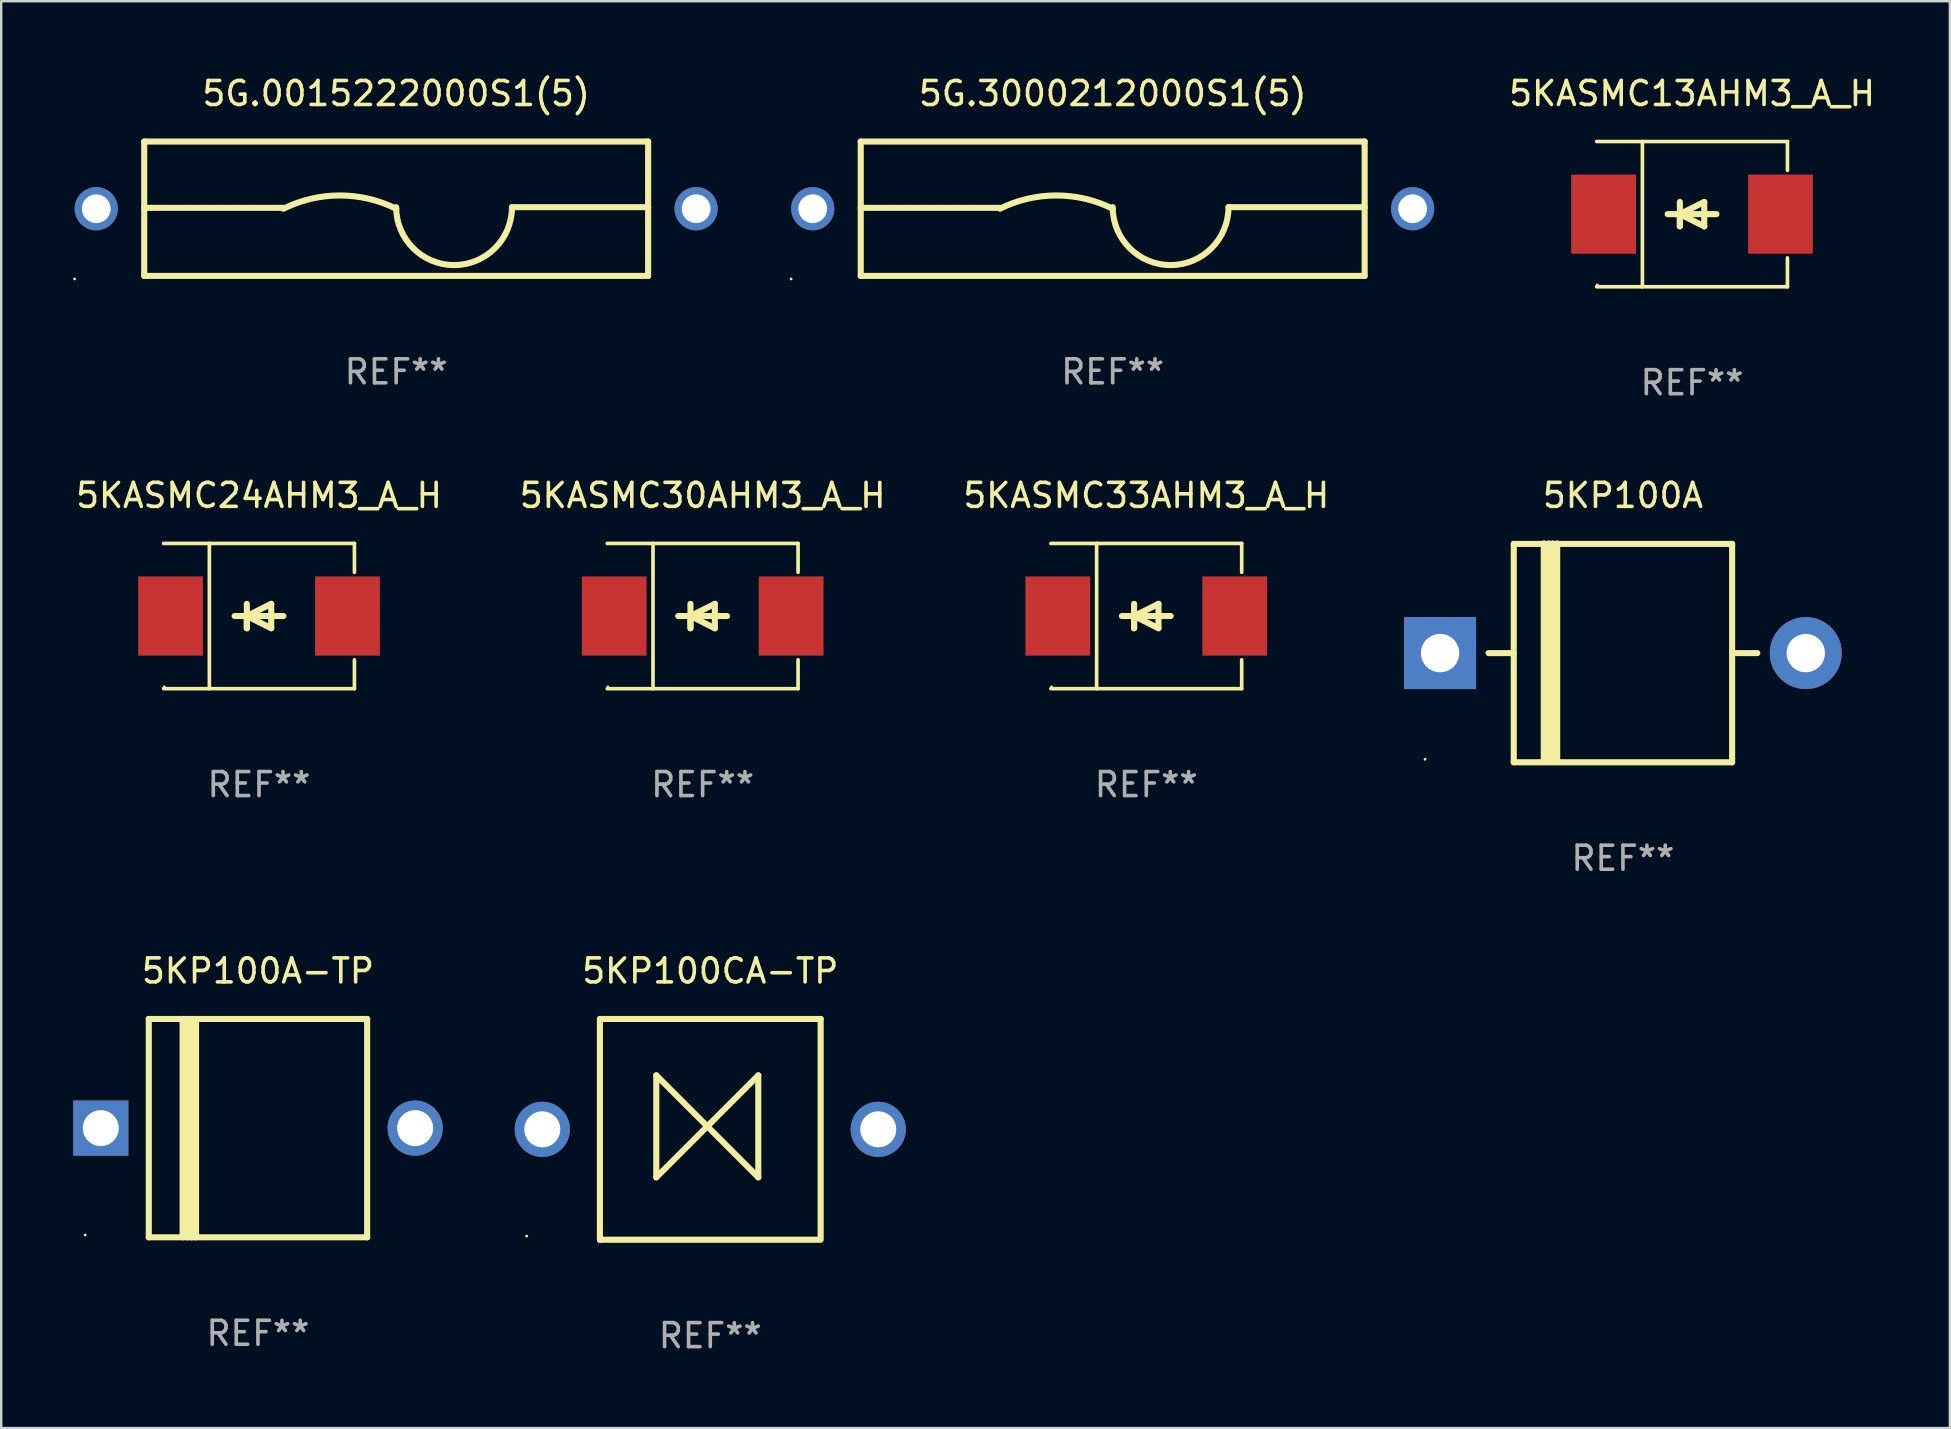
<source format=kicad_pcb>
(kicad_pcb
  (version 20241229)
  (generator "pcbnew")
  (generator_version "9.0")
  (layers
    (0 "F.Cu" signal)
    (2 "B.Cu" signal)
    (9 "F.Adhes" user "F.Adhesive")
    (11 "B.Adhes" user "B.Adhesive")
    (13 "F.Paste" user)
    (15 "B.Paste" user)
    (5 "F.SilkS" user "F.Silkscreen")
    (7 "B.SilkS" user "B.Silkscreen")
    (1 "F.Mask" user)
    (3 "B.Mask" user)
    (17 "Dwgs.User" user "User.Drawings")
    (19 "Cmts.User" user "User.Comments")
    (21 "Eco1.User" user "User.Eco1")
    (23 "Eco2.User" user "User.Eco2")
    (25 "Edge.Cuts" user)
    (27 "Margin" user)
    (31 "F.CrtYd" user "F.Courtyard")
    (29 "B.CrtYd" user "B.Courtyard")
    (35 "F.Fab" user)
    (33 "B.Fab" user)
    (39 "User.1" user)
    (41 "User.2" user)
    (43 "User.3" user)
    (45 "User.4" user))
  (footprint "5G.0015222000S1(5)"
    (layer "F.Cu")
    (at 13.46 5.648)
    (property "Reference" "5G.0015222000S1(5)" (at 0 -4.8 0) (layer "F.SilkS") (effects (font (size 1 1) (thickness 0.15))))
    (attr through_hole)
    (fp_line (start -10.5 -2.8) (end 10.5 -2.8) (stroke (width 0.254) (type solid)) (layer "F.SilkS"))
    (fp_line (start -10.5 -0.037) (end -4.699 -0.037) (stroke (width 0.254) (type solid)) (layer "F.SilkS"))
    (fp_line (start -10.5 2.8) (end -10.5 -2.8) (stroke (width 0.254) (type solid)) (layer "F.SilkS"))
    (fp_line (start -10.5 2.8) (end 10.5 2.8) (stroke (width 0.254) (type solid)) (layer "F.SilkS"))
    (fp_line (start 4.826 -0.064) (end 10.5 -0.064) (stroke (width 0.254) (type solid)) (layer "F.SilkS"))
    (fp_line (start 10.5 2.8) (end 10.5 -2.8) (stroke (width 0.254) (type solid)) (layer "F.SilkS"))
    (fp_arc (start -4.699009 0) (mid -2.349505 -0.552287) (end 0 0) (stroke (width 0.254001) (type solid)) (layer "F.SilkS"))
    (fp_arc (start 4.82601 -0.063551) (mid 2.413005 2.349454) (end 0 -0.063551) (stroke (width 0.254001) (type solid)) (layer "F.SilkS"))
    (fp_circle (center -13.4 2.927) (end -13.37 2.927) (stroke (width 0.06) (type solid)) (fill no) (layer "F.SilkS"))
    (fp_text user "REF**" (at 0 6.8 0) (layer "F.Fab") (effects (font (size 1 1) (thickness 0.15))))
    (pad "1" thru_hole circle (at -12.5 0) (size 1.8 1.8) (drill 1.2) (layers "*.Cu" "*.Mask"))
    (pad "2" thru_hole circle (at 12.5 0) (size 1.8 1.8) (drill 1.2) (layers "*.Cu" "*.Mask")))
  (footprint "5G.3000212000S1(5)"
    (layer "F.Cu")
    (at 43.32 5.648)
    (property "Reference" "5G.3000212000S1(5)" (at 0 -4.8 0) (layer "F.SilkS") (effects (font (size 1 1) (thickness 0.15))))
    (attr through_hole)
    (fp_line (start -10.5 -2.8) (end 10.5 -2.8) (stroke (width 0.254) (type solid)) (layer "F.SilkS"))
    (fp_line (start -10.5 -0.037) (end -4.699 -0.037) (stroke (width 0.254) (type solid)) (layer "F.SilkS"))
    (fp_line (start -10.5 2.8) (end -10.5 -2.8) (stroke (width 0.254) (type solid)) (layer "F.SilkS"))
    (fp_line (start -10.5 2.8) (end 10.5 2.8) (stroke (width 0.254) (type solid)) (layer "F.SilkS"))
    (fp_line (start 4.826 -0.064) (end 10.5 -0.064) (stroke (width 0.254) (type solid)) (layer "F.SilkS"))
    (fp_line (start 10.5 2.8) (end 10.5 -2.8) (stroke (width 0.254) (type solid)) (layer "F.SilkS"))
    (fp_arc (start -4.699009 0) (mid -2.349505 -0.552287) (end 0 0) (stroke (width 0.254001) (type solid)) (layer "F.SilkS"))
    (fp_arc (start 4.82601 -0.063551) (mid 2.413005 2.349454) (end 0 -0.063551) (stroke (width 0.254001) (type solid)) (layer "F.SilkS"))
    (fp_circle (center -13.4 2.927) (end -13.37 2.927) (stroke (width 0.06) (type solid)) (fill no) (layer "F.SilkS"))
    (fp_text user "REF**" (at 0 6.8 0) (layer "F.Fab") (effects (font (size 1 1) (thickness 0.15))))
    (pad "1" thru_hole circle (at -12.5 0) (size 1.8 1.8) (drill 1.2) (layers "*.Cu" "*.Mask"))
    (pad "2" thru_hole circle (at 12.5 0) (size 1.8 1.8) (drill 1.2) (layers "*.Cu" "*.Mask")))
  (footprint "5KASMC13AHM3_A_H"
    (layer "F.Cu")
    (at 67.464 5.874)
    (property "Reference" "5KASMC13AHM3_A_H" (at 0 -5.026 0) (layer "F.SilkS") (effects (font (size 1 1) (thickness 0.15))))
    (attr through_hole)
    (fp_line (start -3.976 -3.026) (end 3.976 -3.026) (stroke (width 0.152) (type solid)) (layer "F.SilkS"))
    (fp_line (start -3.976 3.026) (end 3.976 3.026) (stroke (width 0.152) (type solid)) (layer "F.SilkS"))
    (fp_line (start -2.069 -3.026) (end -2.069 3.026) (stroke (width 0.152) (type solid)) (layer "F.SilkS"))
    (fp_line (start -0.508 0) (end -0.508 0.508) (stroke (width 0.254) (type solid)) (layer "F.SilkS"))
    (fp_line (start -0.508 0) (end 0.508 0.508) (stroke (width 0.254) (type solid)) (layer "F.SilkS"))
    (fp_line (start -0.508 0.508) (end -0.508 -0.508) (stroke (width 0.254) (type solid)) (layer "F.SilkS"))
    (fp_line (start 0.508 -0.508) (end -0.508 0) (stroke (width 0.254) (type solid)) (layer "F.SilkS"))
    (fp_line (start 0.508 0.508) (end 0.508 -0.508) (stroke (width 0.254) (type solid)) (layer "F.SilkS"))
    (fp_line (start 1.016 0) (end -1.016 0) (stroke (width 0.254) (type solid)) (layer "F.SilkS"))
    (fp_line (start 3.976 -3.026) (end 3.976 -1.823) (stroke (width 0.152) (type solid)) (layer "F.SilkS"))
    (fp_line (start 3.976 3.026) (end 3.976 1.823) (stroke (width 0.152) (type solid)) (layer "F.SilkS"))
    (fp_circle (center -3.95 2.95) (end -3.92 2.95) (stroke (width 0.06) (type solid)) (fill no) (layer "F.SilkS"))
    (fp_text user "REF**" (at 0 7.026 0) (layer "F.Fab") (effects (font (size 1 1) (thickness 0.15))))
    (pad "1" smd rect (at -3.686 0) (size 2.7 3.3) (layers "F.Cu" "F.Mask" "F.Paste"))
    (pad "2" smd rect (at 3.686 0) (size 2.7 3.3) (layers "F.Cu" "F.Mask" "F.Paste")))
  (footprint "5KASMC33AHM3_A_H"
    (layer "F.Cu")
    (at 44.72 22.623)
    (property "Reference" "5KASMC33AHM3_A_H" (at 0 -5.026 0) (layer "F.SilkS") (effects (font (size 1 1) (thickness 0.15))))
    (attr through_hole)
    (fp_line (start -3.976 -3.026) (end 3.976 -3.026) (stroke (width 0.152) (type solid)) (layer "F.SilkS"))
    (fp_line (start -3.976 3.026) (end 3.976 3.026) (stroke (width 0.152) (type solid)) (layer "F.SilkS"))
    (fp_line (start -2.069 -3.026) (end -2.069 3.026) (stroke (width 0.152) (type solid)) (layer "F.SilkS"))
    (fp_line (start -0.508 0) (end -0.508 0.508) (stroke (width 0.254) (type solid)) (layer "F.SilkS"))
    (fp_line (start -0.508 0) (end 0.508 0.508) (stroke (width 0.254) (type solid)) (layer "F.SilkS"))
    (fp_line (start -0.508 0.508) (end -0.508 -0.508) (stroke (width 0.254) (type solid)) (layer "F.SilkS"))
    (fp_line (start 0.508 -0.508) (end -0.508 0) (stroke (width 0.254) (type solid)) (layer "F.SilkS"))
    (fp_line (start 0.508 0.508) (end 0.508 -0.508) (stroke (width 0.254) (type solid)) (layer "F.SilkS"))
    (fp_line (start 1.016 0) (end -1.016 0) (stroke (width 0.254) (type solid)) (layer "F.SilkS"))
    (fp_line (start 3.976 -3.026) (end 3.976 -1.823) (stroke (width 0.152) (type solid)) (layer "F.SilkS"))
    (fp_line (start 3.976 3.026) (end 3.976 1.823) (stroke (width 0.152) (type solid)) (layer "F.SilkS"))
    (fp_circle (center -3.95 2.95) (end -3.92 2.95) (stroke (width 0.06) (type solid)) (fill no) (layer "F.SilkS"))
    (fp_text user "REF**" (at 0 7.026 0) (layer "F.Fab") (effects (font (size 1 1) (thickness 0.15))))
    (pad "1" smd rect (at -3.686 0) (size 2.7 3.3) (layers "F.Cu" "F.Mask" "F.Paste"))
    (pad "2" smd rect (at 3.686 0) (size 2.7 3.3) (layers "F.Cu" "F.Mask" "F.Paste")))
  (footprint "5KASMC24AHM3_A_H"
    (layer "F.Cu")
    (at 7.744 22.623)
    (property "Reference" "5KASMC24AHM3_A_H" (at 0 -5.026 0) (layer "F.SilkS") (effects (font (size 1 1) (thickness 0.15))))
    (attr through_hole)
    (fp_line (start -3.976 -3.026) (end 3.976 -3.026) (stroke (width 0.152) (type solid)) (layer "F.SilkS"))
    (fp_line (start -3.976 3.026) (end 3.976 3.026) (stroke (width 0.152) (type solid)) (layer "F.SilkS"))
    (fp_line (start -2.069 -3.026) (end -2.069 3.026) (stroke (width 0.152) (type solid)) (layer "F.SilkS"))
    (fp_line (start -0.508 0) (end -0.508 0.508) (stroke (width 0.254) (type solid)) (layer "F.SilkS"))
    (fp_line (start -0.508 0) (end 0.508 0.508) (stroke (width 0.254) (type solid)) (layer "F.SilkS"))
    (fp_line (start -0.508 0.508) (end -0.508 -0.508) (stroke (width 0.254) (type solid)) (layer "F.SilkS"))
    (fp_line (start 0.508 -0.508) (end -0.508 0) (stroke (width 0.254) (type solid)) (layer "F.SilkS"))
    (fp_line (start 0.508 0.508) (end 0.508 -0.508) (stroke (width 0.254) (type solid)) (layer "F.SilkS"))
    (fp_line (start 1.016 0) (end -1.016 0) (stroke (width 0.254) (type solid)) (layer "F.SilkS"))
    (fp_line (start 3.976 -3.026) (end 3.976 -1.823) (stroke (width 0.152) (type solid)) (layer "F.SilkS"))
    (fp_line (start 3.976 3.026) (end 3.976 1.823) (stroke (width 0.152) (type solid)) (layer "F.SilkS"))
    (fp_circle (center -3.95 2.95) (end -3.92 2.95) (stroke (width 0.06) (type solid)) (fill no) (layer "F.SilkS"))
    (fp_text user "REF**" (at 0 7.026 0) (layer "F.Fab") (effects (font (size 1 1) (thickness 0.15))))
    (pad "1" smd rect (at -3.686 0) (size 2.7 3.3) (layers "F.Cu" "F.Mask" "F.Paste"))
    (pad "2" smd rect (at 3.686 0) (size 2.7 3.3) (layers "F.Cu" "F.Mask" "F.Paste")))
  (footprint "5KP100A"
    (layer "F.Cu")
    (at 64.584 24.157)
    (property "Reference" "5KP100A" (at 0 -6.56 0) (layer "F.SilkS") (effects (font (size 1 1) (thickness 0.15))))
    (attr through_hole)
    (fp_line (start -5.6 0.01) (end -4.55 0.01) (stroke (width 0.254) (type solid)) (layer "F.SilkS"))
    (fp_line (start -4.55 -4.54) (end -4.55 4.56) (stroke (width 0.254) (type solid)) (layer "F.SilkS"))
    (fp_line (start -4.55 -4.54) (end 4.55 -4.54) (stroke (width 0.254) (type solid)) (layer "F.SilkS"))
    (fp_line (start -3.3 4.54) (end -3.3 -4.56) (stroke (width 0.254) (type solid)) (layer "F.SilkS"))
    (fp_line (start -3.09 4.54) (end -3.09 -4.56) (stroke (width 0.254) (type solid)) (layer "F.SilkS"))
    (fp_line (start -2.919 4.541) (end -2.919 -4.559) (stroke (width 0.254) (type solid)) (layer "F.SilkS"))
    (fp_line (start -2.74 4.54) (end -2.74 -4.56) (stroke (width 0.254) (type solid)) (layer "F.SilkS"))
    (fp_line (start 4.55 4.56) (end 4.55 -4.54) (stroke (width 0.254) (type solid)) (layer "F.SilkS"))
    (fp_line (start 4.55 4.56) (end -4.55 4.56) (stroke (width 0.254) (type solid)) (layer "F.SilkS"))
    (fp_line (start 4.58 0.01) (end 5.6 0.01) (stroke (width 0.254) (type solid)) (layer "F.SilkS"))
    (fp_circle (center -8.248 4.435) (end -8.218 4.435) (stroke (width 0.06) (type solid)) (fill no) (layer "F.SilkS"))
    (fp_text user "REF**" (at 0 8.56 0) (layer "F.Fab") (effects (font (size 1 1) (thickness 0.15))))
    (pad "1" thru_hole rect (at -7.62 0.01 180) (size 3 3) (drill 1.6) (layers "*.Cu" "*.Mask"))
    (pad "2" thru_hole circle (at 7.62 0.01) (size 3 3) (drill 1.6) (layers "*.Cu" "*.Mask")))
  (footprint "5KP100CA-TP"
    (layer "F.Cu")
    (at 26.55 44.014)
    (property "Reference" "5KP100CA-TP" (at 0 -6.6 0) (layer "F.SilkS") (effects (font (size 1 1) (thickness 0.15))))
    (attr through_hole)
    (fp_line (start -4.6 -4.6) (end -4.6 4.6) (stroke (width 0.254) (type solid)) (layer "F.SilkS"))
    (fp_line (start -4.6 -4.6) (end 4.6 -4.6) (stroke (width 0.254) (type solid)) (layer "F.SilkS"))
    (fp_line (start -4.6 4.6) (end 4.6 4.6) (stroke (width 0.254) (type solid)) (layer "F.SilkS"))
    (fp_line (start -2.25 -2.25) (end -2.25 2) (stroke (width 0.254) (type solid)) (layer "F.SilkS"))
    (fp_line (start -2.25 2) (end 2 -2.25) (stroke (width 0.254) (type solid)) (layer "F.SilkS"))
    (fp_line (start 2 -2.25) (end 2 2) (stroke (width 0.254) (type solid)) (layer "F.SilkS"))
    (fp_line (start 2 2) (end -2.25 -2.25) (stroke (width 0.254) (type solid)) (layer "F.SilkS"))
    (fp_line (start 4.6 -4.6) (end 4.6 4.5) (stroke (width 0.254) (type solid)) (layer "F.SilkS"))
    (fp_circle (center -7.65 4.45) (end -7.62 4.45) (stroke (width 0.06) (type solid)) (fill no) (layer "F.SilkS"))
    (fp_text user "REF**" (at 0 8.6 0) (layer "F.Fab") (effects (font (size 1 1) (thickness 0.15))))
    (pad "1" thru_hole circle (at -7 0) (size 2.3 2.3) (drill 1.5) (layers "*.Cu" "*.Mask"))
    (pad "2" thru_hole circle (at 7 0) (size 2.3 2.3) (drill 1.5) (layers "*.Cu" "*.Mask")))
  (footprint "5KASMC30AHM3_A_H"
    (layer "F.Cu")
    (at 26.232 22.623)
    (property "Reference" "5KASMC30AHM3_A_H" (at 0 -5.026 0) (layer "F.SilkS") (effects (font (size 1 1) (thickness 0.15))))
    (attr through_hole)
    (fp_line (start -3.976 -3.026) (end 3.976 -3.026) (stroke (width 0.152) (type solid)) (layer "F.SilkS"))
    (fp_line (start -3.976 3.026) (end 3.976 3.026) (stroke (width 0.152) (type solid)) (layer "F.SilkS"))
    (fp_line (start -2.069 -3.026) (end -2.069 3.026) (stroke (width 0.152) (type solid)) (layer "F.SilkS"))
    (fp_line (start -0.508 0) (end -0.508 0.508) (stroke (width 0.254) (type solid)) (layer "F.SilkS"))
    (fp_line (start -0.508 0) (end 0.508 0.508) (stroke (width 0.254) (type solid)) (layer "F.SilkS"))
    (fp_line (start -0.508 0.508) (end -0.508 -0.508) (stroke (width 0.254) (type solid)) (layer "F.SilkS"))
    (fp_line (start 0.508 -0.508) (end -0.508 0) (stroke (width 0.254) (type solid)) (layer "F.SilkS"))
    (fp_line (start 0.508 0.508) (end 0.508 -0.508) (stroke (width 0.254) (type solid)) (layer "F.SilkS"))
    (fp_line (start 1.016 0) (end -1.016 0) (stroke (width 0.254) (type solid)) (layer "F.SilkS"))
    (fp_line (start 3.976 -3.026) (end 3.976 -1.823) (stroke (width 0.152) (type solid)) (layer "F.SilkS"))
    (fp_line (start 3.976 3.026) (end 3.976 1.823) (stroke (width 0.152) (type solid)) (layer "F.SilkS"))
    (fp_circle (center -3.95 2.95) (end -3.92 2.95) (stroke (width 0.06) (type solid)) (fill no) (layer "F.SilkS"))
    (fp_text user "REF**" (at 0 7.026 0) (layer "F.Fab") (effects (font (size 1 1) (thickness 0.15))))
    (pad "1" smd rect (at -3.686 0) (size 2.7 3.3) (layers "F.Cu" "F.Mask" "F.Paste"))
    (pad "2" smd rect (at 3.686 0) (size 2.7 3.3) (layers "F.Cu" "F.Mask" "F.Paste")))
  (footprint "5KP100A-TP"
    (layer "F.Cu")
    (at 7.7 43.964)
    (property "Reference" "5KP100A-TP" (at 0 -6.551 0) (layer "F.SilkS") (effects (font (size 1 1) (thickness 0.15))))
    (attr through_hole)
    (fp_line (start -4.55 -4.55) (end -4.55 4.55) (stroke (width 0.254) (type solid)) (layer "F.SilkS"))
    (fp_line (start -4.55 -4.55) (end 4.55 -4.55) (stroke (width 0.254) (type solid)) (layer "F.SilkS"))
    (fp_line (start -3.14 4.55) (end -3.14 -4.551) (stroke (width 0.254) (type solid)) (layer "F.SilkS"))
    (fp_line (start -2.93 4.55) (end -2.93 -4.551) (stroke (width 0.254) (type solid)) (layer "F.SilkS"))
    (fp_line (start -2.759 4.551) (end -2.759 -4.55) (stroke (width 0.254) (type solid)) (layer "F.SilkS"))
    (fp_line (start -2.58 4.55) (end -2.58 -4.551) (stroke (width 0.254) (type solid)) (layer "F.SilkS"))
    (fp_line (start 4.55 4.55) (end 4.55 -4.55) (stroke (width 0.254) (type solid)) (layer "F.SilkS"))
    (fp_line (start 4.55 4.549) (end -4.55 4.549) (stroke (width 0.254) (type solid)) (layer "F.SilkS"))
    (fp_circle (center -7.2 4.45) (end -7.17 4.45) (stroke (width 0.06) (type solid)) (fill no) (layer "F.SilkS"))
    (fp_text user "REF**" (at 0 8.551 0) (layer "F.Fab") (effects (font (size 1 1) (thickness 0.15))))
    (pad "1" thru_hole rect (at -6.55 -0.000483 180) (size 2.3 2.3) (drill 1.5) (layers "*.Cu" "*.Mask"))
    (pad "2" thru_hole circle (at 6.55 -0.000483) (size 2.3 2.3) (drill 1.5) (layers "*.Cu" "*.Mask")))
  (gr_rect
    (start -3 -3)
    (end 78.208 56.462)
    (stroke (width 0.1) (type default))
    (fill no)
    (layer "Edge.Cuts")))
</source>
